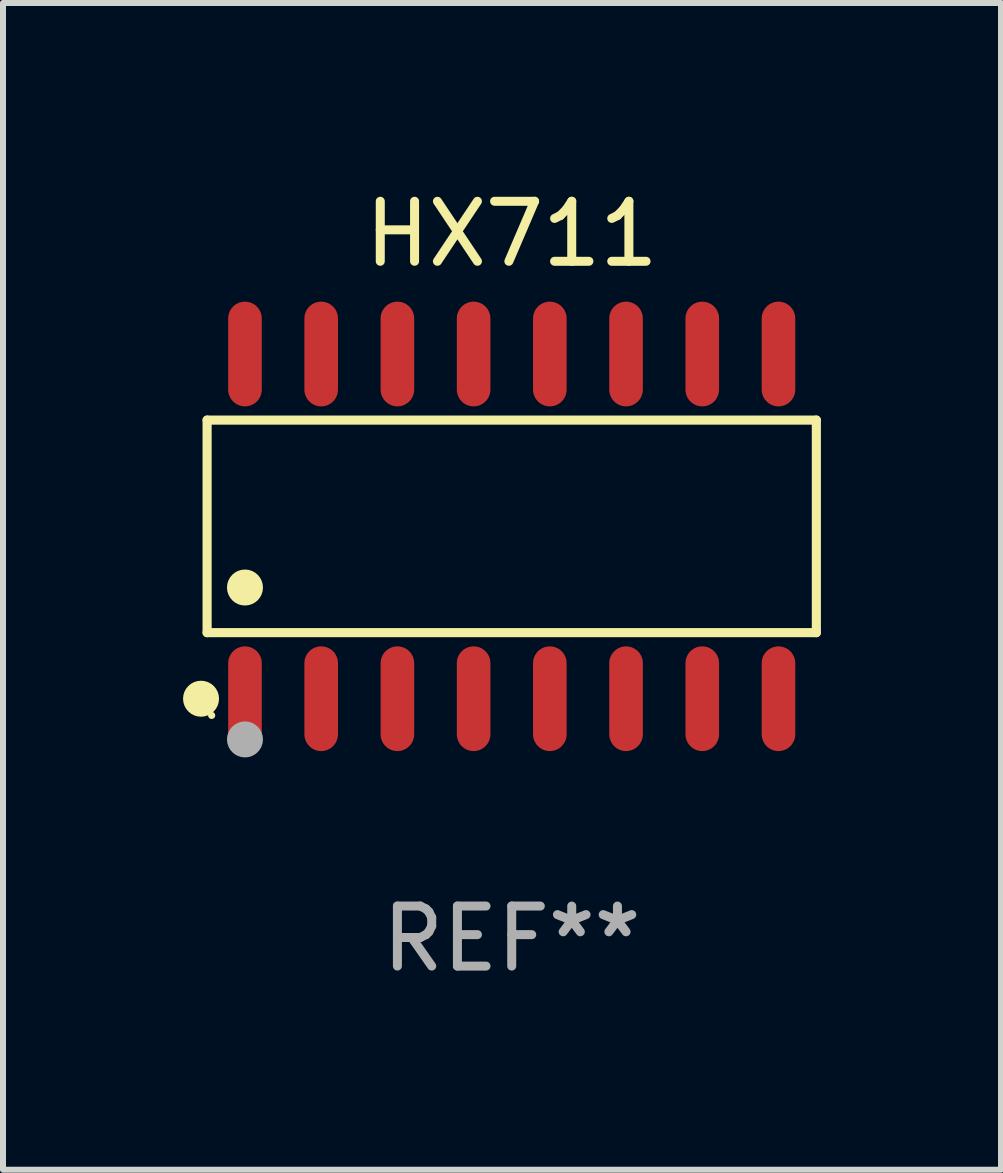
<source format=kicad_pcb>
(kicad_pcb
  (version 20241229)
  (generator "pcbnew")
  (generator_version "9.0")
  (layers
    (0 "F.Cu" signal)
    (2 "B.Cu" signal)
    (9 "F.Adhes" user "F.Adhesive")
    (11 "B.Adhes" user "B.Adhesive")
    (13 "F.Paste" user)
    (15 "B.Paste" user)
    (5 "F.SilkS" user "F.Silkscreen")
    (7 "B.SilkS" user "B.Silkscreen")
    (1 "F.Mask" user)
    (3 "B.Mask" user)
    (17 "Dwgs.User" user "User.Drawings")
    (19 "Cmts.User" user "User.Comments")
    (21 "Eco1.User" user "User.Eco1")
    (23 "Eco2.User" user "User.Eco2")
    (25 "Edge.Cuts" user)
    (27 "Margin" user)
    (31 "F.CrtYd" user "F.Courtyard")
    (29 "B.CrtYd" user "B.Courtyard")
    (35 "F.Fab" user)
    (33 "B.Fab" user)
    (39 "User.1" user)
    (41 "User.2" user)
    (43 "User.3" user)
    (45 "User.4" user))
  (footprint "HX711"
    (layer "F.Cu")
    (at 5.477 5.721)
    (property "Reference" "HX711" (at 0 -4.872 0) (layer "F.SilkS") (effects (font (size 1 1) (thickness 0.15))))
    (attr through_hole)
    (fp_line (start -5.076 -1.771) (end 5.076 -1.771) (stroke (width 0.152) (type solid)) (layer "F.SilkS"))
    (fp_line (start -5.076 1.771) (end -5.076 -1.771) (stroke (width 0.152) (type solid)) (layer "F.SilkS"))
    (fp_line (start 5.076 -1.771) (end 5.076 1.771) (stroke (width 0.152) (type solid)) (layer "F.SilkS"))
    (fp_line (start 5.076 1.771) (end -5.076 1.771) (stroke (width 0.152) (type solid)) (layer "F.SilkS"))
    (fp_circle (center -5.177 2.872) (end -5.027 2.872) (stroke (width 0.3) (type solid)) (fill no) (layer "F.SilkS"))
    (fp_circle (center -5 3.15) (end -4.97 3.15) (stroke (width 0.06) (type solid)) (fill no) (layer "F.SilkS"))
    (fp_circle (center -4.445 1.019) (end -4.295 1.019) (stroke (width 0.3) (type solid)) (fill no) (layer "F.SilkS"))
    (fp_circle (center -4.445 3.55) (end -4.295 3.55) (stroke (width 0.3) (type solid)) (fill no) (layer "F.Fab"))
    (fp_text user "REF**" (at 0 6.872 0) (layer "F.Fab") (effects (font (size 1 1) (thickness 0.15))))
    (pad "1" smd oval (at -4.445 2.872) (size 0.56 1.745) (layers "F.Cu" "F.Mask" "F.Paste"))
    (pad "2" smd oval (at -3.175 2.872) (size 0.56 1.745) (layers "F.Cu" "F.Mask" "F.Paste"))
    (pad "3" smd oval (at -1.905 2.872) (size 0.56 1.745) (layers "F.Cu" "F.Mask" "F.Paste"))
    (pad "4" smd oval (at -0.635 2.872) (size 0.56 1.745) (layers "F.Cu" "F.Mask" "F.Paste"))
    (pad "5" smd oval (at 0.635 2.872) (size 0.56 1.745) (layers "F.Cu" "F.Mask" "F.Paste"))
    (pad "6" smd oval (at 1.905 2.872) (size 0.56 1.745) (layers "F.Cu" "F.Mask" "F.Paste"))
    (pad "7" smd oval (at 3.175 2.872) (size 0.56 1.745) (layers "F.Cu" "F.Mask" "F.Paste"))
    (pad "8" smd oval (at 4.445 2.872) (size 0.56 1.745) (layers "F.Cu" "F.Mask" "F.Paste"))
    (pad "9" smd oval (at 4.445 -2.872) (size 0.56 1.745) (layers "F.Cu" "F.Mask" "F.Paste"))
    (pad "10" smd oval (at 3.175 -2.872) (size 0.56 1.745) (layers "F.Cu" "F.Mask" "F.Paste"))
    (pad "11" smd oval (at 1.905 -2.872) (size 0.56 1.745) (layers "F.Cu" "F.Mask" "F.Paste"))
    (pad "12" smd oval (at 0.635 -2.872) (size 0.56 1.745) (layers "F.Cu" "F.Mask" "F.Paste"))
    (pad "13" smd oval (at -0.635 -2.872) (size 0.56 1.745) (layers "F.Cu" "F.Mask" "F.Paste"))
    (pad "14" smd oval (at -1.905 -2.872) (size 0.56 1.745) (layers "F.Cu" "F.Mask" "F.Paste"))
    (pad "15" smd oval (at -3.175 -2.872) (size 0.56 1.745) (layers "F.Cu" "F.Mask" "F.Paste"))
    (pad "16" smd oval (at -4.445 -2.872) (size 0.56 1.745) (layers "F.Cu" "F.Mask" "F.Paste")))
  (gr_rect
    (start -3 -3)
    (end 13.63 16.441)
    (stroke (width 0.1) (type default))
    (fill no)
    (layer "Edge.Cuts")))
</source>
